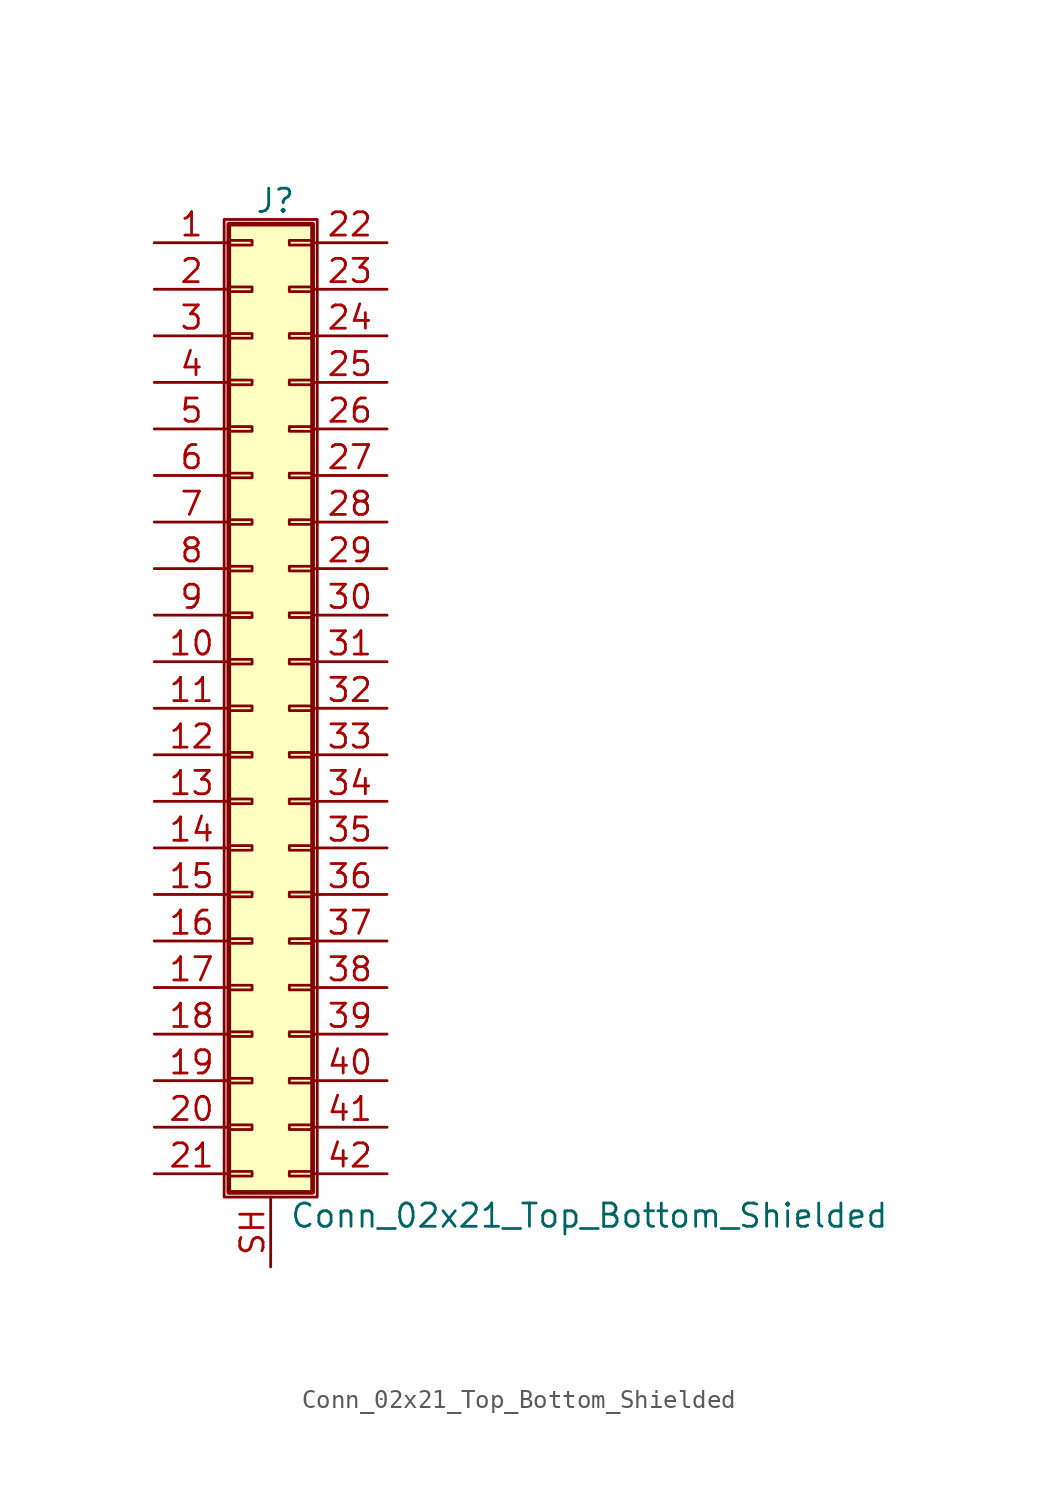
<source format=kicad_sym>
(kicad_symbol_lib
  (version 20211014)
  (generator kicad_symbol_editor)
  (symbol "Conn_02x21_Top_Bottom_Shielded"
    (pin_names
      (offset 1.016) hide)
    (property "Reference" "J"
      (at 1.524 27.686 0)
      (effects (font (size 1.27 1.27))))
    (property "Value" "Conn_02x21_Top_Bottom_Shielded"
      (at 2.286 -27.686 0)
      (effects (font (size 1.27 1.27)) (justify left)))
    (symbol "Conn_02x21_Top_Bottom_Shielded_1_1"
      (rectangle (start -1.27 26.67) (end 3.81 -26.67) (stroke (width 0.152) (type default) (color 0 0 0 0)) (fill (type none)))
      (rectangle (start -1.016 -25.273) (end 0.254 -25.527) (stroke (width 0.152) (type default) (color 0 0 0 0)) (fill (type none)))
      (rectangle (start -1.016 -22.733) (end 0.254 -22.987) (stroke (width 0.152) (type default) (color 0 0 0 0)) (fill (type none)))
      (rectangle (start -1.016 -20.193) (end 0.254 -20.447) (stroke (width 0.152) (type default) (color 0 0 0 0)) (fill (type none)))
      (rectangle (start -1.016 -17.653) (end 0.254 -17.907) (stroke (width 0.152) (type default) (color 0 0 0 0)) (fill (type none)))
      (rectangle (start -1.016 -15.113) (end 0.254 -15.367) (stroke (width 0.152) (type default) (color 0 0 0 0)) (fill (type none)))
      (rectangle (start -1.016 -12.573) (end 0.254 -12.827) (stroke (width 0.152) (type default) (color 0 0 0 0)) (fill (type none)))
      (rectangle (start -1.016 -10.033) (end 0.254 -10.287) (stroke (width 0.152) (type default) (color 0 0 0 0)) (fill (type none)))
      (rectangle (start -1.016 -7.493) (end 0.254 -7.747) (stroke (width 0.152) (type default) (color 0 0 0 0)) (fill (type none)))
      (rectangle (start -1.016 -4.953) (end 0.254 -5.207) (stroke (width 0.152) (type default) (color 0 0 0 0)) (fill (type none)))
      (rectangle (start -1.016 -2.413) (end 0.254 -2.667) (stroke (width 0.152) (type default) (color 0 0 0 0)) (fill (type none)))
      (rectangle (start -1.016 0.127) (end 0.254 -0.127) (stroke (width 0.152) (type default) (color 0 0 0 0)) (fill (type none)))
      (rectangle (start -1.016 2.667) (end 0.254 2.413) (stroke (width 0.152) (type default) (color 0 0 0 0)) (fill (type none)))
      (rectangle (start -1.016 5.207) (end 0.254 4.953) (stroke (width 0.152) (type default) (color 0 0 0 0)) (fill (type none)))
      (rectangle (start -1.016 7.747) (end 0.254 7.493) (stroke (width 0.152) (type default) (color 0 0 0 0)) (fill (type none)))
      (rectangle (start -1.016 10.287) (end 0.254 10.033) (stroke (width 0.152) (type default) (color 0 0 0 0)) (fill (type none)))
      (rectangle (start -1.016 12.827) (end 0.254 12.573) (stroke (width 0.152) (type default) (color 0 0 0 0)) (fill (type none)))
      (rectangle (start -1.016 15.367) (end 0.254 15.113) (stroke (width 0.152) (type default) (color 0 0 0 0)) (fill (type none)))
      (rectangle (start -1.016 17.907) (end 0.254 17.653) (stroke (width 0.152) (type default) (color 0 0 0 0)) (fill (type none)))
      (rectangle (start -1.016 20.447) (end 0.254 20.193) (stroke (width 0.152) (type default) (color 0 0 0 0)) (fill (type none)))
      (rectangle (start -1.016 22.987) (end 0.254 22.733) (stroke (width 0.152) (type default) (color 0 0 0 0)) (fill (type none)))
      (rectangle (start -1.016 25.527) (end 0.254 25.273) (stroke (width 0.152) (type default) (color 0 0 0 0)) (fill (type none)))
      (rectangle (start -1.016 26.416) (end 3.556 -26.416) (stroke (width 0.254) (type default) (color 0 0 0 0)) (fill (type background)))
      (rectangle (start 3.556 -25.273) (end 2.286 -25.527) (stroke (width 0.152) (type default) (color 0 0 0 0)) (fill (type none)))
      (rectangle (start 3.556 -22.733) (end 2.286 -22.987) (stroke (width 0.152) (type default) (color 0 0 0 0)) (fill (type none)))
      (rectangle (start 3.556 -20.193) (end 2.286 -20.447) (stroke (width 0.152) (type default) (color 0 0 0 0)) (fill (type none)))
      (rectangle (start 3.556 -17.653) (end 2.286 -17.907) (stroke (width 0.152) (type default) (color 0 0 0 0)) (fill (type none)))
      (rectangle (start 3.556 -15.113) (end 2.286 -15.367) (stroke (width 0.152) (type default) (color 0 0 0 0)) (fill (type none)))
      (rectangle (start 3.556 -12.573) (end 2.286 -12.827) (stroke (width 0.152) (type default) (color 0 0 0 0)) (fill (type none)))
      (rectangle (start 3.556 -10.033) (end 2.286 -10.287) (stroke (width 0.152) (type default) (color 0 0 0 0)) (fill (type none)))
      (rectangle (start 3.556 -7.493) (end 2.286 -7.747) (stroke (width 0.152) (type default) (color 0 0 0 0)) (fill (type none)))
      (rectangle (start 3.556 -4.953) (end 2.286 -5.207) (stroke (width 0.152) (type default) (color 0 0 0 0)) (fill (type none)))
      (rectangle (start 3.556 -2.413) (end 2.286 -2.667) (stroke (width 0.152) (type default) (color 0 0 0 0)) (fill (type none)))
      (rectangle (start 3.556 0.127) (end 2.286 -0.127) (stroke (width 0.152) (type default) (color 0 0 0 0)) (fill (type none)))
      (rectangle (start 3.556 2.667) (end 2.286 2.413) (stroke (width 0.152) (type default) (color 0 0 0 0)) (fill (type none)))
      (rectangle (start 3.556 5.207) (end 2.286 4.953) (stroke (width 0.152) (type default) (color 0 0 0 0)) (fill (type none)))
      (rectangle (start 3.556 7.747) (end 2.286 7.493) (stroke (width 0.152) (type default) (color 0 0 0 0)) (fill (type none)))
      (rectangle (start 3.556 10.287) (end 2.286 10.033) (stroke (width 0.152) (type default) (color 0 0 0 0)) (fill (type none)))
      (rectangle (start 3.556 12.827) (end 2.286 12.573) (stroke (width 0.152) (type default) (color 0 0 0 0)) (fill (type none)))
      (rectangle (start 3.556 15.367) (end 2.286 15.113) (stroke (width 0.152) (type default) (color 0 0 0 0)) (fill (type none)))
      (rectangle (start 3.556 17.907) (end 2.286 17.653) (stroke (width 0.152) (type default) (color 0 0 0 0)) (fill (type none)))
      (rectangle (start 3.556 20.447) (end 2.286 20.193) (stroke (width 0.152) (type default) (color 0 0 0 0)) (fill (type none)))
      (rectangle (start 3.556 22.987) (end 2.286 22.733) (stroke (width 0.152) (type default) (color 0 0 0 0)) (fill (type none)))
      (rectangle (start 3.556 25.527) (end 2.286 25.273) (stroke (width 0.152) (type default) (color 0 0 0 0)) (fill (type none)))
      (pin passive line (at -5.08 25.4 0) (length 4.064) (name "Pin_1" (effects (font (size 1.27 1.27)))) (number "1" (effects (font (size 1.27 1.27)))))
      (pin passive line (at -5.08 2.54 0) (length 4.064) (name "Pin_10" (effects (font (size 1.27 1.27)))) (number "10" (effects (font (size 1.27 1.27)))))
      (pin passive line (at -5.08 0 0) (length 4.064) (name "Pin_11" (effects (font (size 1.27 1.27)))) (number "11" (effects (font (size 1.27 1.27)))))
      (pin passive line (at -5.08 -2.54 0) (length 4.064) (name "Pin_12" (effects (font (size 1.27 1.27)))) (number "12" (effects (font (size 1.27 1.27)))))
      (pin passive line (at -5.08 -5.08 0) (length 4.064) (name "Pin_13" (effects (font (size 1.27 1.27)))) (number "13" (effects (font (size 1.27 1.27)))))
      (pin passive line (at -5.08 -7.62 0) (length 4.064) (name "Pin_14" (effects (font (size 1.27 1.27)))) (number "14" (effects (font (size 1.27 1.27)))))
      (pin passive line (at -5.08 -10.16 0) (length 4.064) (name "Pin_15" (effects (font (size 1.27 1.27)))) (number "15" (effects (font (size 1.27 1.27)))))
      (pin passive line (at -5.08 -12.7 0) (length 4.064) (name "Pin_16" (effects (font (size 1.27 1.27)))) (number "16" (effects (font (size 1.27 1.27)))))
      (pin passive line (at -5.08 -15.24 0) (length 4.064) (name "Pin_17" (effects (font (size 1.27 1.27)))) (number "17" (effects (font (size 1.27 1.27)))))
      (pin passive line (at -5.08 -17.78 0) (length 4.064) (name "Pin_18" (effects (font (size 1.27 1.27)))) (number "18" (effects (font (size 1.27 1.27)))))
      (pin passive line (at -5.08 -20.32 0) (length 4.064) (name "Pin_19" (effects (font (size 1.27 1.27)))) (number "19" (effects (font (size 1.27 1.27)))))
      (pin passive line (at -5.08 22.86 0) (length 4.064) (name "Pin_2" (effects (font (size 1.27 1.27)))) (number "2" (effects (font (size 1.27 1.27)))))
      (pin passive line (at -5.08 -22.86 0) (length 4.064) (name "Pin_20" (effects (font (size 1.27 1.27)))) (number "20" (effects (font (size 1.27 1.27)))))
      (pin passive line (at -5.08 -25.4 0) (length 4.064) (name "Pin_21" (effects (font (size 1.27 1.27)))) (number "21" (effects (font (size 1.27 1.27)))))
      (pin passive line (at 7.62 25.4 180) (length 4.064) (name "Pin_22" (effects (font (size 1.27 1.27)))) (number "22" (effects (font (size 1.27 1.27)))))
      (pin passive line (at 7.62 22.86 180) (length 4.064) (name "Pin_23" (effects (font (size 1.27 1.27)))) (number "23" (effects (font (size 1.27 1.27)))))
      (pin passive line (at 7.62 20.32 180) (length 4.064) (name "Pin_24" (effects (font (size 1.27 1.27)))) (number "24" (effects (font (size 1.27 1.27)))))
      (pin passive line (at 7.62 17.78 180) (length 4.064) (name "Pin_25" (effects (font (size 1.27 1.27)))) (number "25" (effects (font (size 1.27 1.27)))))
      (pin passive line (at 7.62 15.24 180) (length 4.064) (name "Pin_26" (effects (font (size 1.27 1.27)))) (number "26" (effects (font (size 1.27 1.27)))))
      (pin passive line (at 7.62 12.7 180) (length 4.064) (name "Pin_27" (effects (font (size 1.27 1.27)))) (number "27" (effects (font (size 1.27 1.27)))))
      (pin passive line (at 7.62 10.16 180) (length 4.064) (name "Pin_28" (effects (font (size 1.27 1.27)))) (number "28" (effects (font (size 1.27 1.27)))))
      (pin passive line (at 7.62 7.62 180) (length 4.064) (name "Pin_29" (effects (font (size 1.27 1.27)))) (number "29" (effects (font (size 1.27 1.27)))))
      (pin passive line (at -5.08 20.32 0) (length 4.064) (name "Pin_3" (effects (font (size 1.27 1.27)))) (number "3" (effects (font (size 1.27 1.27)))))
      (pin passive line (at 7.62 5.08 180) (length 4.064) (name "Pin_30" (effects (font (size 1.27 1.27)))) (number "30" (effects (font (size 1.27 1.27)))))
      (pin passive line (at 7.62 2.54 180) (length 4.064) (name "Pin_31" (effects (font (size 1.27 1.27)))) (number "31" (effects (font (size 1.27 1.27)))))
      (pin passive line (at 7.62 0 180) (length 4.064) (name "Pin_32" (effects (font (size 1.27 1.27)))) (number "32" (effects (font (size 1.27 1.27)))))
      (pin passive line (at 7.62 -2.54 180) (length 4.064) (name "Pin_33" (effects (font (size 1.27 1.27)))) (number "33" (effects (font (size 1.27 1.27)))))
      (pin passive line (at 7.62 -5.08 180) (length 4.064) (name "Pin_34" (effects (font (size 1.27 1.27)))) (number "34" (effects (font (size 1.27 1.27)))))
      (pin passive line (at 7.62 -7.62 180) (length 4.064) (name "Pin_35" (effects (font (size 1.27 1.27)))) (number "35" (effects (font (size 1.27 1.27)))))
      (pin passive line (at 7.62 -10.16 180) (length 4.064) (name "Pin_36" (effects (font (size 1.27 1.27)))) (number "36" (effects (font (size 1.27 1.27)))))
      (pin passive line (at 7.62 -12.7 180) (length 4.064) (name "Pin_37" (effects (font (size 1.27 1.27)))) (number "37" (effects (font (size 1.27 1.27)))))
      (pin passive line (at 7.62 -15.24 180) (length 4.064) (name "Pin_38" (effects (font (size 1.27 1.27)))) (number "38" (effects (font (size 1.27 1.27)))))
      (pin passive line (at 7.62 -17.78 180) (length 4.064) (name "Pin_39" (effects (font (size 1.27 1.27)))) (number "39" (effects (font (size 1.27 1.27)))))
      (pin passive line (at -5.08 17.78 0) (length 4.064) (name "Pin_4" (effects (font (size 1.27 1.27)))) (number "4" (effects (font (size 1.27 1.27)))))
      (pin passive line (at 7.62 -20.32 180) (length 4.064) (name "Pin_40" (effects (font (size 1.27 1.27)))) (number "40" (effects (font (size 1.27 1.27)))))
      (pin passive line (at 7.62 -22.86 180) (length 4.064) (name "Pin_41" (effects (font (size 1.27 1.27)))) (number "41" (effects (font (size 1.27 1.27)))))
      (pin passive line (at 7.62 -25.4 180) (length 4.064) (name "Pin_42" (effects (font (size 1.27 1.27)))) (number "42" (effects (font (size 1.27 1.27)))))
      (pin passive line (at -5.08 15.24 0) (length 4.064) (name "Pin_5" (effects (font (size 1.27 1.27)))) (number "5" (effects (font (size 1.27 1.27)))))
      (pin passive line (at -5.08 12.7 0) (length 4.064) (name "Pin_6" (effects (font (size 1.27 1.27)))) (number "6" (effects (font (size 1.27 1.27)))))
      (pin passive line (at -5.08 10.16 0) (length 4.064) (name "Pin_7" (effects (font (size 1.27 1.27)))) (number "7" (effects (font (size 1.27 1.27)))))
      (pin passive line (at -5.08 7.62 0) (length 4.064) (name "Pin_8" (effects (font (size 1.27 1.27)))) (number "8" (effects (font (size 1.27 1.27)))))
      (pin passive line (at -5.08 5.08 0) (length 4.064) (name "Pin_9" (effects (font (size 1.27 1.27)))) (number "9" (effects (font (size 1.27 1.27)))))
      (pin passive line (at 1.27 -30.48 90) (length 3.81) (name "Shield" (effects (font (size 1.27 1.27)))) (number "SH" (effects (font (size 1.27 1.27))))))))
</source>
